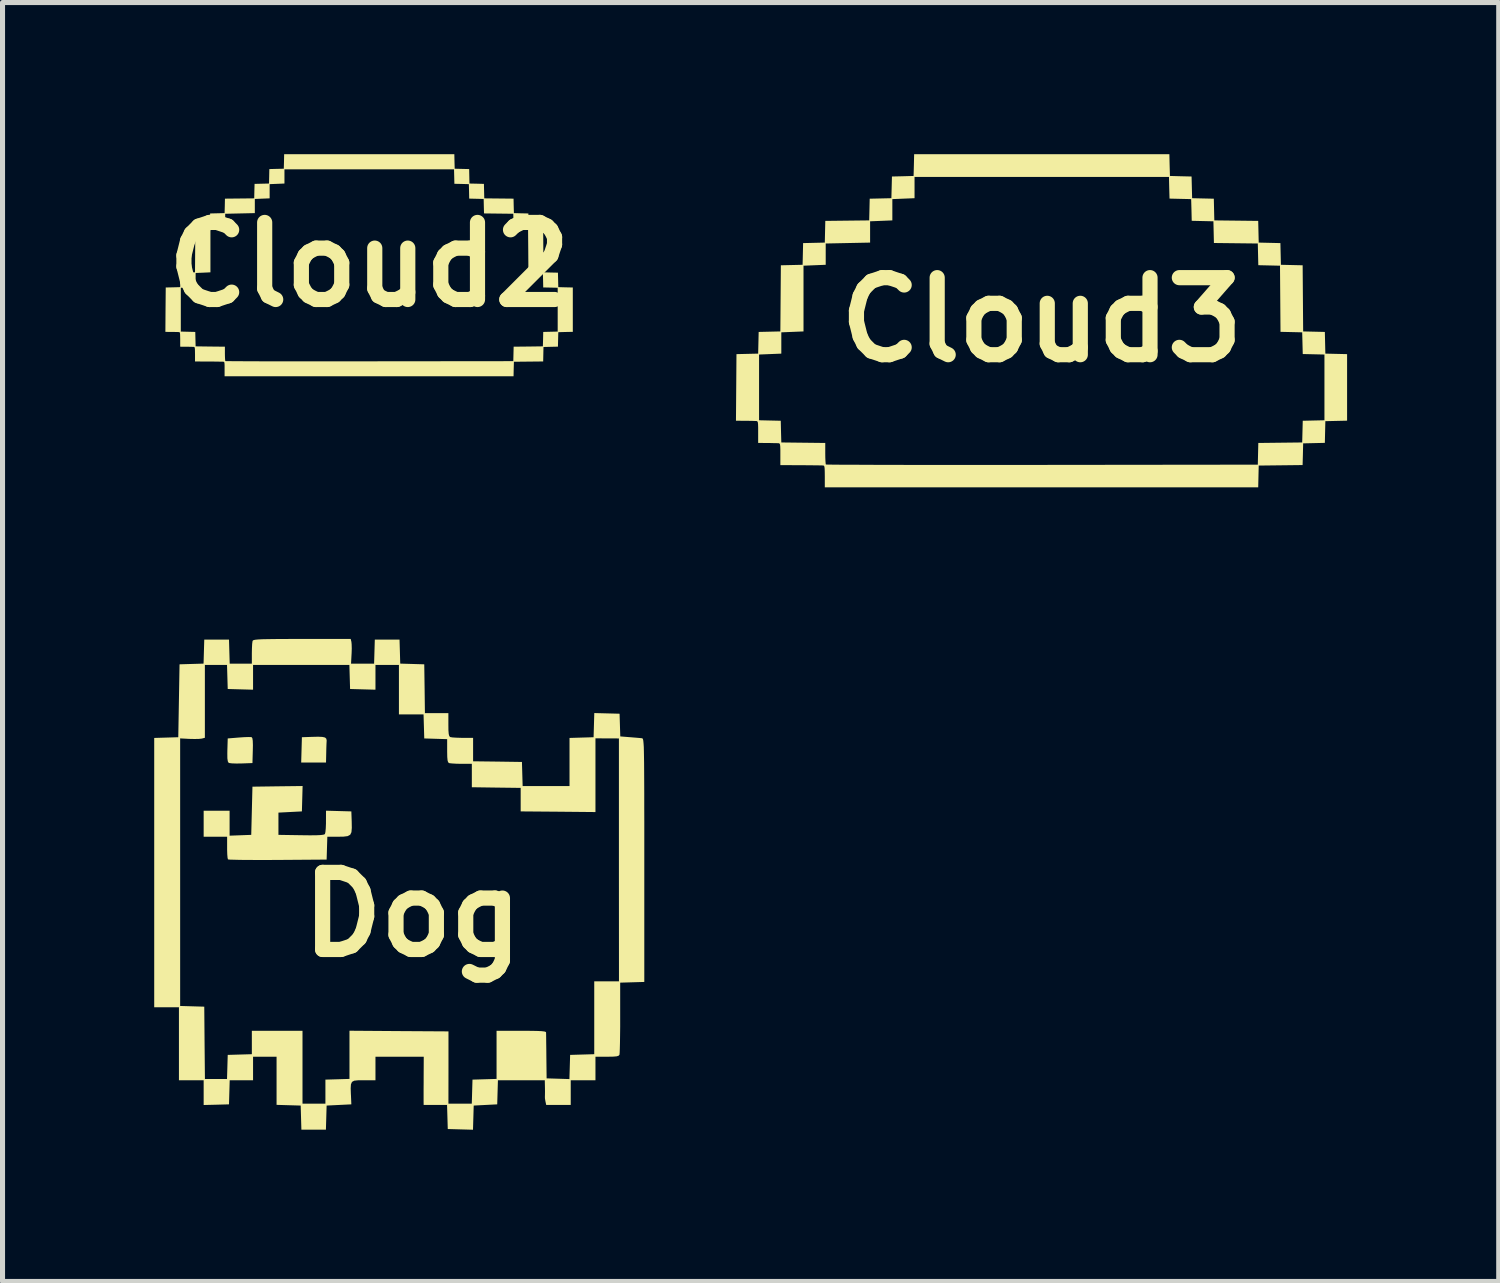
<source format=kicad_pcb>
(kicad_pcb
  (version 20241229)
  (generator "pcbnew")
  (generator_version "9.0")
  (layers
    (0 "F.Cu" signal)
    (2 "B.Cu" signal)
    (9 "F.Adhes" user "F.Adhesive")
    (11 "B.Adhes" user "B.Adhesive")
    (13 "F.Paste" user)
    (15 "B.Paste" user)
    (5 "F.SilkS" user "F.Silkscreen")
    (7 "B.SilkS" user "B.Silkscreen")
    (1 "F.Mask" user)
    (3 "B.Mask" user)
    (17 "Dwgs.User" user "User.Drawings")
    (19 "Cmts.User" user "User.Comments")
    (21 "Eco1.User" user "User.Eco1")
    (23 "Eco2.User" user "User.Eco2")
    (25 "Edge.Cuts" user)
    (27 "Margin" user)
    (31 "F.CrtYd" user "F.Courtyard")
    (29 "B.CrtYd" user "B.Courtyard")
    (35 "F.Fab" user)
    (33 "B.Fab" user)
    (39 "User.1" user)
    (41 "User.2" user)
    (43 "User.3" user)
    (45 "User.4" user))
  (footprint "Dog"
    (layer "F.Cu")
    (at 5.109 15.039)
    (property "Reference" "Dog" (at 0 0 0) (layer "F.SilkS") (effects (font (size 1.524 1.524) (thickness 0.3))))
    (attr board_only exclude_from_pos_files exclude_from_bom)
    (fp_poly (pts (xy -1.781 -3.514) (xy -1.73 -3.502) (xy -1.705 -3.478) (xy -1.698 -3.441) (xy -1.699 -3.429) (xy -1.702 -3.371) (xy -1.705 -3.282) (xy -1.707 -3.184) (xy -1.711 -3.007) (xy -2.202 -3.007) (xy -2.195 -3.258) (xy -2.188 -3.508) (xy -1.992 -3.515) (xy -1.866 -3.518)) (stroke (width 0) (type solid)) (fill yes) (layer "F.SilkS"))
    (fp_poly (pts (xy -3.194 -3.511) (xy -3.183 -3.509) (xy -3.168 -3.489) (xy -3.16 -3.439) (xy -3.157 -3.353) (xy -3.159 -3.247) (xy -3.166 -2.997) (xy -3.386 -2.989) (xy -3.487 -2.988) (xy -3.572 -2.991) (xy -3.626 -2.998) (xy -3.637 -3.002) (xy -3.653 -3.03) (xy -3.662 -3.09) (xy -3.663 -3.189) (xy -3.662 -3.253) (xy -3.655 -3.484) (xy -3.435 -3.502) (xy -3.333 -3.509) (xy -3.249 -3.512)) (stroke (width 0) (type solid)) (fill yes) (layer "F.SilkS"))
    (fp_poly (pts (xy -2.181 -2.292) (xy -2.188 -2.041) (xy -2.42 -2.029) (xy -2.652 -2.017) (xy -2.652 -1.577) (xy -2.202 -1.57) (xy -2.033 -1.568) (xy -1.907 -1.569) (xy -1.819 -1.573) (xy -1.764 -1.58) (xy -1.736 -1.59) (xy -1.732 -1.595) (xy -1.723 -1.632) (xy -1.716 -1.705) (xy -1.712 -1.8) (xy -1.712 -1.84) (xy -1.711 -2.055) (xy -1.461 -2.048) (xy -1.21 -2.041) (xy -1.203 -1.84) (xy -1.201 -1.715) (xy -1.208 -1.63) (xy -1.233 -1.579) (xy -1.283 -1.552) (xy -1.364 -1.542) (xy -1.467 -1.54) (xy -1.685 -1.54) (xy -1.699 -1.088) (xy -2.666 -1.081) (xy -2.879 -1.08) (xy -3.077 -1.08) (xy -3.254 -1.081) (xy -3.404 -1.082) (xy -3.524 -1.085) (xy -3.606 -1.087) (xy -3.647 -1.091) (xy -3.65 -1.092) (xy -3.658 -1.122) (xy -3.664 -1.189) (xy -3.667 -1.281) (xy -3.667 -1.324) (xy -3.667 -1.54) (xy -4.131 -1.54) (xy -4.131 -2.054) (xy -3.618 -2.054) (xy -3.618 -1.561) (xy -3.404 -1.569) (xy -3.19 -1.577) (xy -3.178 -2.054) (xy -3.166 -2.53) (xy -2.67 -2.537) (xy -2.174 -2.543)) (stroke (width 0) (type solid)) (fill yes) (layer "F.SilkS"))
    (fp_poly (pts (xy -1.209 -5.395) (xy -1.204 -5.344) (xy -1.202 -5.261) (xy -1.205 -5.163) (xy -1.206 -5.151) (xy -1.216 -4.963) (xy -0.76 -4.963) (xy -0.746 -5.439) (xy -0.257 -5.439) (xy -0.25 -5.202) (xy -0.243 -4.964) (xy -0.005 -4.957) (xy 0.232 -4.95) (xy 0.239 -4.468) (xy 0.245 -3.985) (xy 0.709 -3.985) (xy 0.709 -3.755) (xy 0.71 -3.644) (xy 0.716 -3.572) (xy 0.727 -3.531) (xy 0.744 -3.512) (xy 0.748 -3.511) (xy 0.789 -3.504) (xy 0.865 -3.499) (xy 0.961 -3.496) (xy 0.992 -3.496) (xy 1.198 -3.496) (xy 1.198 -3.032) (xy 1.681 -3.026) (xy 2.164 -3.019) (xy 2.178 -2.542) (xy 3.105 -2.542) (xy 3.105 -3.494) (xy 3.343 -3.501) (xy 3.581 -3.508) (xy 3.588 -3.747) (xy 3.595 -3.986) (xy 4.095 -3.973) (xy 4.102 -3.748) (xy 4.109 -3.524) (xy 4.297 -3.509) (xy 4.395 -3.501) (xy 4.478 -3.494) (xy 4.531 -3.489) (xy 4.535 -3.488) (xy 4.543 -3.487) (xy 4.55 -3.482) (xy 4.556 -3.472) (xy 4.562 -3.453) (xy 4.566 -3.421) (xy 4.57 -3.376) (xy 4.574 -3.313) (xy 4.576 -3.23) (xy 4.578 -3.124) (xy 4.58 -2.992) (xy 4.581 -2.831) (xy 4.582 -2.638) (xy 4.583 -2.411) (xy 4.583 -2.147) (xy 4.584 -1.842) (xy 4.584 -1.495) (xy 4.584 -1.101) (xy 4.584 1.332) (xy 4.345 1.339) (xy 4.107 1.346) (xy 4.107 2.04) (xy 4.107 2.221) (xy 4.105 2.387) (xy 4.103 2.532) (xy 4.1 2.648) (xy 4.097 2.73) (xy 4.093 2.771) (xy 4.092 2.773) (xy 4.076 2.791) (xy 4.04 2.803) (xy 3.974 2.809) (xy 3.869 2.811) (xy 3.848 2.811) (xy 3.618 2.811) (xy 3.618 3.276) (xy 3.129 3.276) (xy 3.129 3.765) (xy 2.644 3.765) (xy 2.629 3.695) (xy 2.619 3.637) (xy 2.618 3.603) (xy 2.619 3.569) (xy 2.62 3.501) (xy 2.619 3.429) (xy 2.616 3.276) (xy 1.689 3.276) (xy 1.675 3.753) (xy 1.442 3.765) (xy 1.21 3.777) (xy 1.203 4.016) (xy 1.196 4.255) (xy 0.697 4.241) (xy 0.683 3.765) (xy 0.22 3.765) (xy 0.219 3.698) (xy 0.219 3.651) (xy 0.219 3.565) (xy 0.219 3.451) (xy 0.22 3.316) (xy 0.22 3.221) (xy 0.222 2.811) (xy -0.733 2.811) (xy -0.733 3.276) (xy -0.964 3.276) (xy -1.077 3.277) (xy -1.153 3.285) (xy -1.197 3.309) (xy -1.218 3.357) (xy -1.223 3.437) (xy -1.219 3.557) (xy -1.218 3.565) (xy -1.21 3.753) (xy -1.455 3.765) (xy -1.699 3.777) (xy -1.713 4.254) (xy -2.198 4.254) (xy -2.205 4.015) (xy -2.212 3.777) (xy -2.451 3.77) (xy -2.689 3.763) (xy -2.689 2.811) (xy -3.154 2.811) (xy -3.154 3.276) (xy -3.616 3.276) (xy -3.63 3.753) (xy -3.881 3.76) (xy -4.131 3.766) (xy -4.131 3.276) (xy -4.62 3.276) (xy -4.62 1.833) (xy -5.109 1.833) (xy -5.109 1.807) (xy -4.596 1.807) (xy -4.119 1.821) (xy -4.113 2.536) (xy -4.106 3.251) (xy -3.669 3.251) (xy -3.655 2.775) (xy -3.178 2.761) (xy -3.178 2.298) (xy -2.176 2.298) (xy -2.176 3.74) (xy -1.723 3.74) (xy -1.723 3.264) (xy -1.485 3.257) (xy -1.247 3.25) (xy -1.247 2.297) (xy -0.268 2.304) (xy 0.711 2.31) (xy 0.711 3.025) (xy 0.71 3.74) (xy 1.172 3.74) (xy 1.186 3.264) (xy 1.662 3.25) (xy 1.662 2.298) (xy 2.151 2.298) (xy 2.327 2.299) (xy 2.458 2.301) (xy 2.55 2.305) (xy 2.608 2.312) (xy 2.636 2.321) (xy 2.641 2.329) (xy 2.642 2.362) (xy 2.643 2.436) (xy 2.644 2.541) (xy 2.646 2.671) (xy 2.647 2.799) (xy 2.652 3.239) (xy 2.878 3.246) (xy 3.103 3.253) (xy 3.11 3.014) (xy 3.117 2.775) (xy 3.594 2.761) (xy 3.594 1.32) (xy 4.083 1.32) (xy 4.082 -1.082) (xy 4.082 -3.484) (xy 3.85 -3.485) (xy 3.618 -3.486) (xy 3.618 -2.028) (xy 2.879 -2.035) (xy 2.139 -2.041) (xy 2.139 -2.506) (xy 1.656 -2.512) (xy 1.173 -2.519) (xy 1.173 -2.982) (xy 0.968 -2.982) (xy 0.868 -2.984) (xy 0.784 -2.989) (xy 0.731 -2.995) (xy 0.723 -2.997) (xy 0.704 -3.013) (xy 0.693 -3.05) (xy 0.687 -3.116) (xy 0.685 -3.221) (xy 0.685 -3.241) (xy 0.685 -3.47) (xy 0.232 -3.484) (xy 0.225 -3.722) (xy 0.218 -3.96) (xy -0.269 -3.96) (xy -0.269 -4.938) (xy -0.733 -4.938) (xy -0.733 -4.448) (xy -0.984 -4.455) (xy -1.235 -4.462) (xy -1.249 -4.938) (xy -3.154 -4.938) (xy -3.154 -4.448) (xy -3.404 -4.455) (xy -3.655 -4.462) (xy -3.669 -4.938) (xy -4.107 -4.938) (xy -4.107 -3.497) (xy -4.168 -3.481) (xy -4.223 -3.475) (xy -4.308 -3.473) (xy -4.406 -3.475) (xy -4.413 -3.475) (xy -4.596 -3.485) (xy -4.596 1.807) (xy -5.109 1.807) (xy -5.109 -3.494) (xy -4.871 -3.501) (xy -4.633 -3.508) (xy -4.608 -4.95) (xy -4.371 -4.957) (xy -4.133 -4.964) (xy -4.126 -5.202) (xy -4.119 -5.439) (xy -3.63 -5.439) (xy -3.616 -4.963) (xy -3.178 -4.963) (xy -3.178 -5.168) (xy -3.176 -5.268) (xy -3.172 -5.352) (xy -3.165 -5.405) (xy -3.163 -5.413) (xy -3.155 -5.423) (xy -3.136 -5.431) (xy -3.103 -5.437) (xy -3.049 -5.442) (xy -2.971 -5.446) (xy -2.865 -5.448) (xy -2.726 -5.45) (xy -2.549 -5.451) (xy -2.331 -5.452) (xy -2.186 -5.452) (xy -1.223 -5.452)) (stroke (width 0) (type solid)) (fill yes) (layer "F.SilkS")))
  (footprint "Cloud3"
    (layer "F.Cu")
    (at 17.554 3.276)
    (property "Reference" "Cloud3" (at 0 0 0) (layer "F.SilkS") (effects (font (size 1.524 1.524) (thickness 0.3))))
    (attr board_only exclude_from_pos_files exclude_from_bom)
    (fp_poly (pts (xy 2.529 -3.061) (xy 2.535 -2.846) (xy 2.749 -2.84) (xy 2.963 -2.835) (xy 2.974 -2.406) (xy 3.188 -2.401) (xy 3.403 -2.396) (xy 3.413 -1.967) (xy 4.281 -1.957) (xy 4.286 -1.743) (xy 4.291 -1.528) (xy 4.506 -1.523) (xy 4.72 -1.518) (xy 4.725 -1.303) (xy 4.73 -1.089) (xy 5.16 -1.079) (xy 5.165 -0.425) (xy 5.17 0.229) (xy 5.599 0.239) (xy 5.604 0.453) (xy 5.609 0.668) (xy 5.824 0.673) (xy 6.039 0.678) (xy 6.039 1.994) (xy 5.824 1.999) (xy 5.609 2.004) (xy 5.604 2.218) (xy 5.599 2.433) (xy 5.17 2.443) (xy 5.165 2.658) (xy 5.159 2.872) (xy 4.291 2.882) (xy 4.286 3.097) (xy 4.281 3.312) (xy -0.005 3.312) (xy -4.291 3.312) (xy -4.291 3.097) (xy -4.292 3.006) (xy -4.294 2.944) (xy -4.298 2.907) (xy -4.306 2.888) (xy -4.318 2.881) (xy -4.328 2.88) (xy -4.356 2.879) (xy -4.416 2.878) (xy -4.5 2.877) (xy -4.603 2.876) (xy -4.719 2.875) (xy -4.767 2.875) (xy -5.17 2.873) (xy -5.17 2.658) (xy -5.17 2.566) (xy -5.172 2.505) (xy -5.176 2.468) (xy -5.184 2.449) (xy -5.197 2.442) (xy -5.206 2.44) (xy -5.24 2.439) (xy -5.3 2.438) (xy -5.377 2.436) (xy -5.426 2.436) (xy -5.609 2.434) (xy -5.609 2.219) (xy -5.609 2.127) (xy -5.611 2.066) (xy -5.615 2.029) (xy -5.623 2.01) (xy -5.636 2.002) (xy -5.645 2.001) (xy -5.679 2) (xy -5.739 1.998) (xy -5.816 1.997) (xy -5.865 1.997) (xy -6.048 1.995) (xy -6.048 1.986) (xy -5.591 1.986) (xy -5.376 1.991) (xy -5.162 1.996) (xy -5.157 2.21) (xy -5.151 2.425) (xy -4.717 2.43) (xy -4.282 2.435) (xy -4.282 2.642) (xy -4.281 2.725) (xy -4.278 2.795) (xy -4.274 2.843) (xy -4.27 2.861) (xy -4.251 2.862) (xy -4.197 2.863) (xy -4.109 2.864) (xy -3.99 2.865) (xy -3.84 2.866) (xy -3.662 2.866) (xy -3.457 2.867) (xy -3.227 2.868) (xy -2.973 2.868) (xy -2.697 2.869) (xy -2.4 2.869) (xy -2.085 2.869) (xy -1.752 2.869) (xy -1.404 2.869) (xy -1.042 2.869) (xy -0.667 2.869) (xy -0.281 2.869) (xy 0.008 2.869) (xy 4.273 2.864) (xy 4.283 2.435) (xy 4.717 2.43) (xy 5.151 2.425) (xy 5.162 1.996) (xy 5.376 1.991) (xy 5.591 1.986) (xy 5.591 0.686) (xy 5.376 0.681) (xy 5.162 0.676) (xy 5.151 0.247) (xy 4.937 0.242) (xy 4.722 0.237) (xy 4.717 -0.417) (xy 4.712 -1.071) (xy 4.498 -1.076) (xy 4.283 -1.081) (xy 4.278 -1.295) (xy 4.273 -1.51) (xy 3.405 -1.52) (xy 3.4 -1.734) (xy 3.395 -1.949) (xy 2.966 -1.959) (xy 2.961 -2.174) (xy 2.955 -2.388) (xy 2.527 -2.398) (xy 2.521 -2.613) (xy 2.516 -2.827) (xy -2.516 -2.827) (xy -2.516 -2.406) (xy -2.736 -2.397) (xy -2.955 -2.388) (xy -2.955 -1.967) (xy -3.175 -1.958) (xy -3.395 -1.949) (xy -3.395 -1.528) (xy -4.273 -1.51) (xy -4.273 -1.089) (xy -4.493 -1.08) (xy -4.712 -1.071) (xy -4.712 0.229) (xy -5.151 0.247) (xy -5.151 0.668) (xy -5.371 0.677) (xy -5.591 0.686) (xy -5.591 1.986) (xy -6.048 1.986) (xy -6.043 1.336) (xy -6.038 0.678) (xy -5.823 0.673) (xy -5.609 0.668) (xy -5.604 0.453) (xy -5.599 0.239) (xy -5.17 0.229) (xy -5.165 -0.425) (xy -5.16 -1.079) (xy -4.73 -1.089) (xy -4.725 -1.303) (xy -4.72 -1.518) (xy -4.291 -1.528) (xy -4.286 -1.743) (xy -4.281 -1.957) (xy -3.413 -1.967) (xy -3.408 -2.182) (xy -3.403 -2.396) (xy -3.188 -2.401) (xy -2.974 -2.406) (xy -2.963 -2.835) (xy -2.749 -2.84) (xy -2.535 -2.846) (xy -2.529 -3.061) (xy -2.524 -3.276) (xy 2.524 -3.276)) (stroke (width 0) (type solid)) (fill yes) (layer "F.SilkS")))
  (footprint "Cloud2"
    (layer "F.Cu")
    (at 4.253 2.184)
    (property "Reference" "Cloud2" (at 0 0 0) (layer "F.SilkS") (effects (font (size 1.524 1.524) (thickness 0.3))))
    (attr board_only exclude_from_pos_files exclude_from_bom)
    (fp_poly (pts (xy 1.686 -2.04) (xy 1.69 -1.897) (xy 1.976 -1.89) (xy 1.979 -1.747) (xy 1.982 -1.604) (xy 2.125 -1.601) (xy 2.268 -1.597) (xy 2.275 -1.311) (xy 2.854 -1.305) (xy 2.857 -1.162) (xy 2.861 -1.019) (xy 3.004 -1.015) (xy 3.147 -1.012) (xy 3.154 -0.726) (xy 3.297 -0.722) (xy 3.44 -0.719) (xy 3.443 -0.283) (xy 3.446 0.152) (xy 3.589 0.156) (xy 3.732 0.159) (xy 3.739 0.445) (xy 3.883 0.449) (xy 4.026 0.452) (xy 4.026 1.329) (xy 3.883 1.332) (xy 3.739 1.336) (xy 3.732 1.622) (xy 3.446 1.629) (xy 3.443 1.772) (xy 3.44 1.915) (xy 2.861 1.921) (xy 2.857 2.065) (xy 2.854 2.208) (xy -0.003 2.208) (xy -2.861 2.208) (xy -2.861 2.065) (xy -2.861 2.004) (xy -2.862 1.963) (xy -2.865 1.938) (xy -2.871 1.925) (xy -2.879 1.921) (xy -2.885 1.92) (xy -2.904 1.919) (xy -2.944 1.919) (xy -3 1.918) (xy -3.069 1.917) (xy -3.146 1.917) (xy -3.178 1.917) (xy -3.446 1.915) (xy -3.446 1.772) (xy -3.447 1.711) (xy -3.448 1.67) (xy -3.451 1.645) (xy -3.456 1.633) (xy -3.465 1.628) (xy -3.471 1.627) (xy -3.493 1.626) (xy -3.533 1.625) (xy -3.584 1.624) (xy -3.617 1.624) (xy -3.739 1.623) (xy -3.739 1.479) (xy -3.74 1.418) (xy -3.741 1.377) (xy -3.744 1.353) (xy -3.749 1.34) (xy -3.757 1.335) (xy -3.764 1.334) (xy -3.786 1.333) (xy -3.826 1.332) (xy -3.877 1.331) (xy -3.91 1.331) (xy -4.032 1.33) (xy -4.032 1.324) (xy -3.727 1.324) (xy -3.441 1.331) (xy -3.434 1.616) (xy -3.145 1.62) (xy -2.855 1.623) (xy -2.855 1.761) (xy -2.854 1.817) (xy -2.852 1.863) (xy -2.849 1.895) (xy -2.847 1.907) (xy -2.834 1.908) (xy -2.798 1.909) (xy -2.739 1.909) (xy -2.66 1.91) (xy -2.56 1.91) (xy -2.442 1.911) (xy -2.305 1.911) (xy -2.151 1.912) (xy -1.982 1.912) (xy -1.798 1.912) (xy -1.6 1.913) (xy -1.39 1.913) (xy -1.168 1.913) (xy -0.936 1.913) (xy -0.694 1.913) (xy -0.444 1.913) (xy -0.187 1.913) (xy 0.005 1.912) (xy 2.849 1.909) (xy 2.856 1.623) (xy 3.145 1.62) (xy 3.434 1.616) (xy 3.438 1.474) (xy 3.441 1.331) (xy 3.727 1.324) (xy 3.727 0.457) (xy 3.441 0.451) (xy 3.438 0.308) (xy 3.434 0.165) (xy 3.148 0.158) (xy 3.145 -0.278) (xy 3.141 -0.714) (xy 2.998 -0.717) (xy 2.856 -0.721) (xy 2.852 -0.864) (xy 2.849 -1.006) (xy 2.27 -1.013) (xy 2.266 -1.156) (xy 2.263 -1.299) (xy 1.977 -1.306) (xy 1.974 -1.449) (xy 1.97 -1.592) (xy 1.827 -1.596) (xy 1.684 -1.599) (xy 1.677 -1.885) (xy -1.677 -1.885) (xy -1.677 -1.604) (xy -1.824 -1.598) (xy -1.97 -1.592) (xy -1.97 -1.311) (xy -2.263 -1.299) (xy -2.263 -1.019) (xy -2.849 -1.006) (xy -2.849 -0.726) (xy -2.995 -0.72) (xy -3.141 -0.714) (xy -3.141 0.152) (xy -3.288 0.159) (xy -3.434 0.165) (xy -3.434 0.445) (xy -3.727 0.457) (xy -3.727 1.324) (xy -4.032 1.324) (xy -4.029 0.891) (xy -4.025 0.452) (xy -3.882 0.449) (xy -3.739 0.445) (xy -3.736 0.302) (xy -3.732 0.159) (xy -3.589 0.156) (xy -3.446 0.152) (xy -3.443 -0.283) (xy -3.44 -0.719) (xy -3.297 -0.722) (xy -3.154 -0.726) (xy -3.147 -1.012) (xy -2.861 -1.019) (xy -2.857 -1.162) (xy -2.854 -1.305) (xy -2.565 -1.308) (xy -2.275 -1.311) (xy -2.272 -1.454) (xy -2.268 -1.597) (xy -1.982 -1.604) (xy -1.979 -1.747) (xy -1.976 -1.89) (xy -1.833 -1.894) (xy -1.69 -1.897) (xy -1.686 -2.04) (xy -1.683 -2.184) (xy 1.683 -2.184)) (stroke (width 0) (type solid)) (fill yes) (layer "F.SilkS")))
  (gr_rect
    (start -3 -3)
    (end 26.592 22.295)
    (stroke (width 0.1) (type default))
    (fill no)
    (layer "Edge.Cuts")))
</source>
